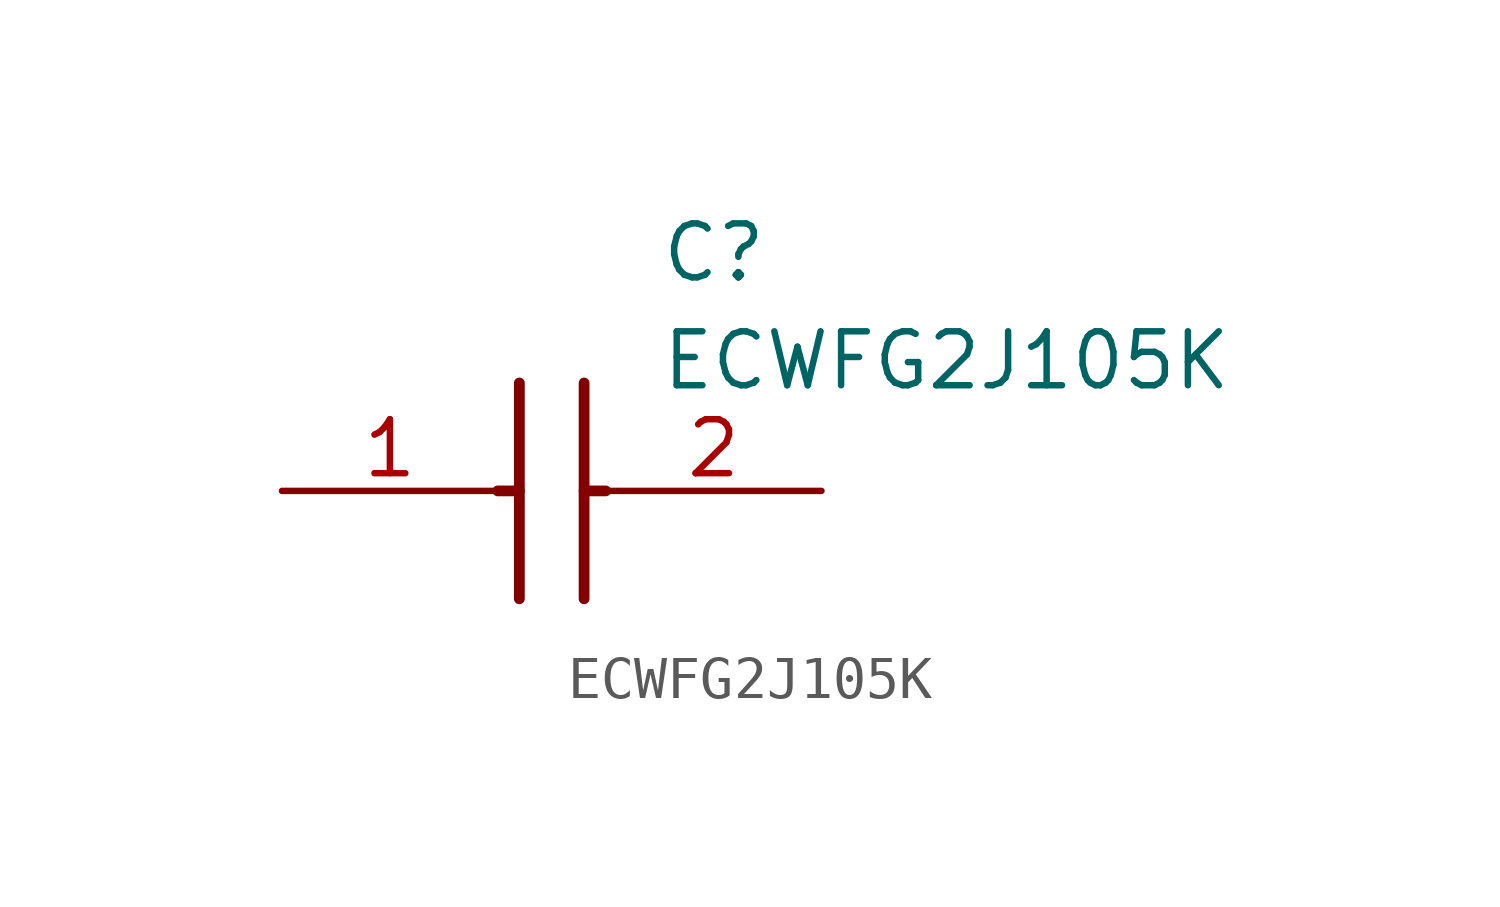
<source format=kicad_sym>
(kicad_symbol_lib
  (version 20211014)
  (generator SamacSys_ECAD_Model)
  (symbol "ECWFG2J105K"
    (pin_names hide)
    (property "Reference" "C"
      (at 8.89 6.35 0)
      (effects (font (size 1.27 1.27)) (justify left top)))
    (property "Value" "ECWFG2J105K"
      (at 8.89 3.81 0)
      (effects (font (size 1.27 1.27)) (justify left top)))
    (polyline
      (pts (xy 5.588 2.54) (xy 5.588 -2.54))
      (stroke (width 0.254) (type default))
      (fill (type none)))
    (polyline
      (pts (xy 7.112 2.54) (xy 7.112 -2.54))
      (stroke (width 0.254) (type default))
      (fill (type none)))
    (polyline
      (pts (xy 5.08 0) (xy 5.588 0))
      (stroke (width 0.254) (type default))
      (fill (type none)))
    (polyline
      (pts (xy 7.112 0) (xy 7.62 0))
      (stroke (width 0.254) (type default))
      (fill (type none)))
    (pin passive line
      (at 0 0 0)
      (length 5.08)
      (name "1" (effects (font (size 1.27 1.27))))
      (number "1" (effects (font (size 1.27 1.27)))))
    (pin passive line
      (at 12.7 0 180)
      (length 5.08)
      (name "2" (effects (font (size 1.27 1.27))))
      (number "2" (effects (font (size 1.27 1.27)))))))
</source>
